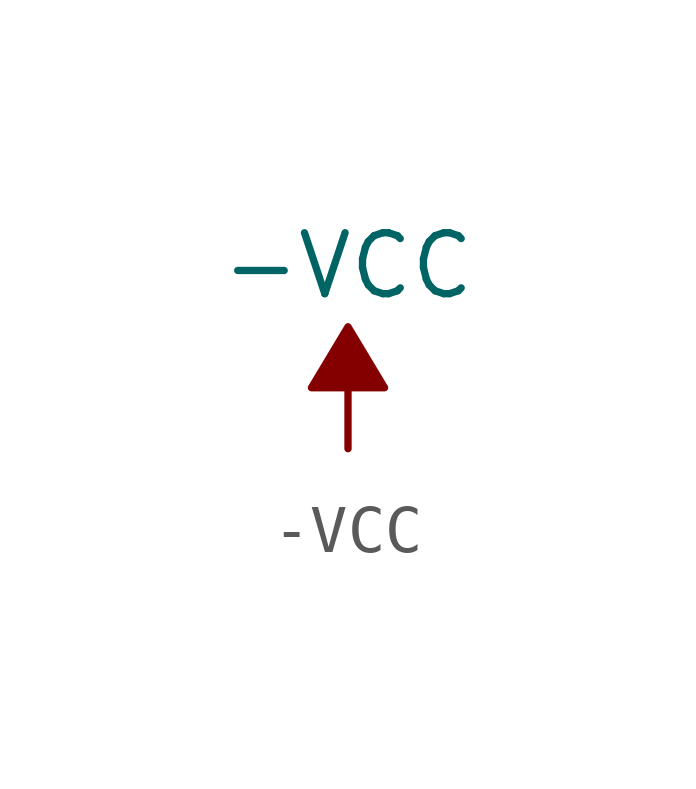
<source format=kicad_sym>
(kicad_symbol_lib
  (version 20231120)
  (generator "kicad_symbol_editor")
  (generator_version "8.0")
  (symbol "-VCC"
    (power)
    (pin_numbers hide)
    (pin_names
      (offset 0) hide)
    (property "Reference" "#PWR"
      (at 0 2.54 0)
      (effects (font (size 1.27 1.27)) (hide yes)))
    (property "Value" "-VCC"
      (at 0 3.81 0)
      (effects (font (size 1.27 1.27))))
    (symbol "-VCC_0_0"
      (pin power_in line (at 0 0 90) (length 0) hide (name "-10V" (effects (font (size 1.27 1.27)))) (number "1" (effects (font (size 1.27 1.27))))))
    (symbol "-VCC_0_1"
      (polyline (pts (xy 0 0) (xy 0 1.27) (xy 0.762 1.27) (xy 0 2.54) (xy -0.762 1.27) (xy 0 1.27)) (stroke (width 0) (type solid)) (fill (type outline))))))
</source>
